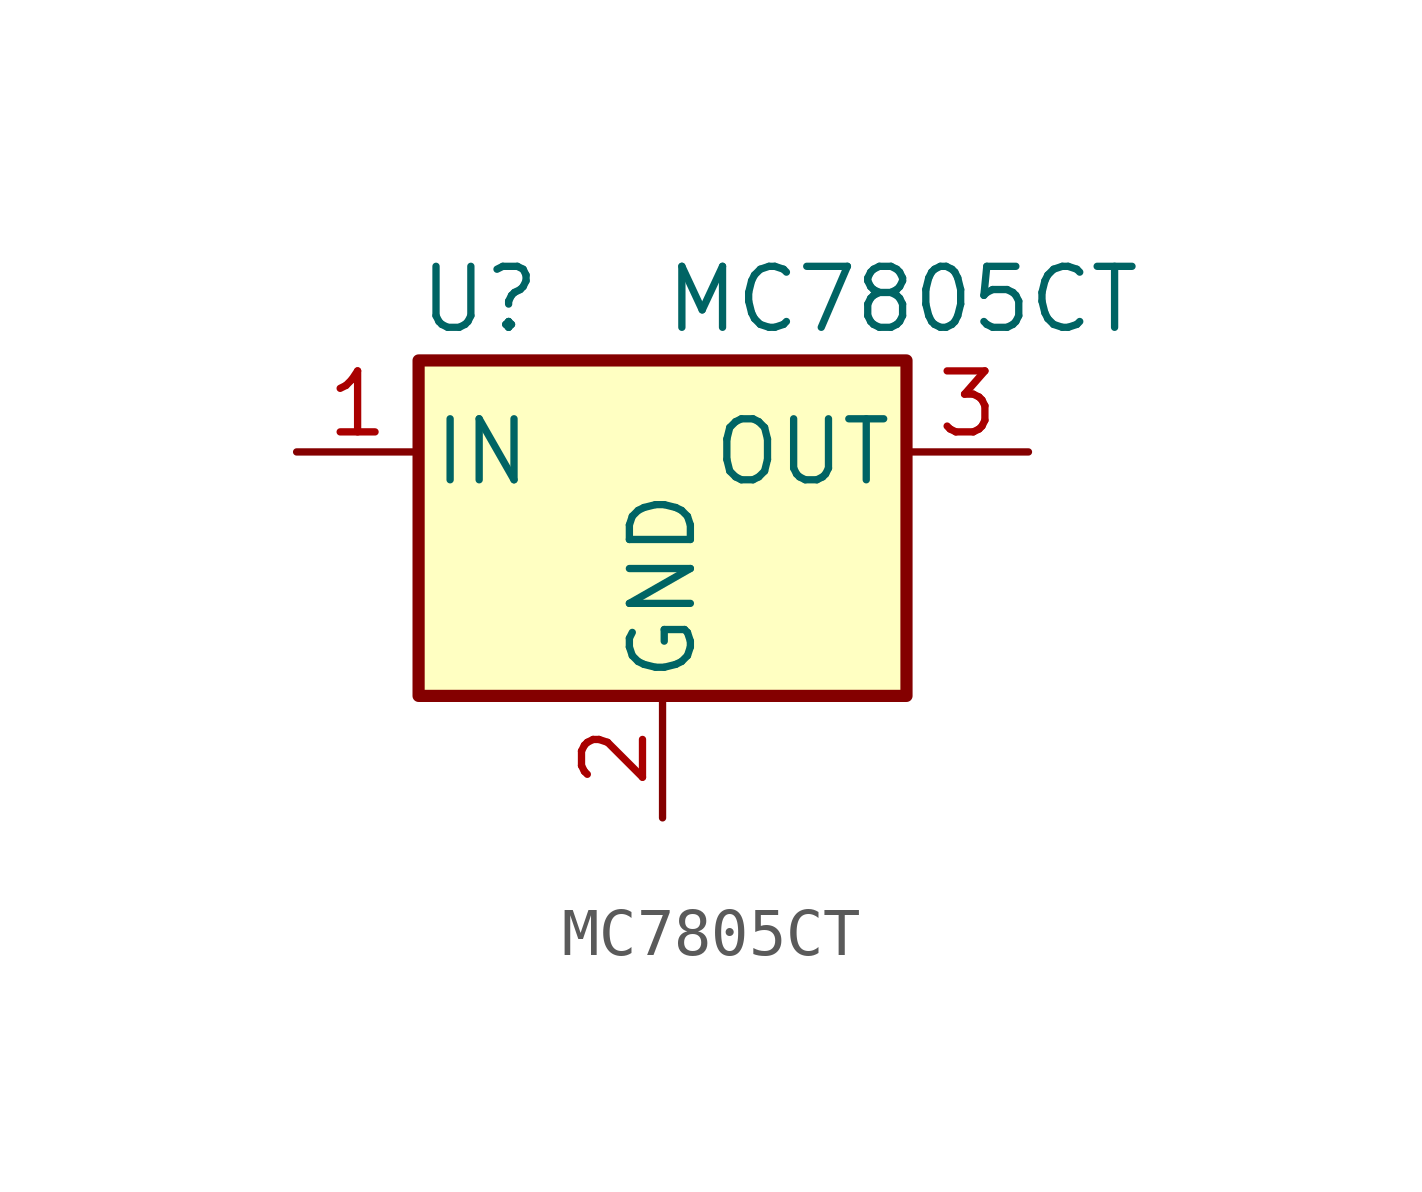
<source format=kicad_sym>
(kicad_symbol_lib
  (version 20220914)
  (generator kicad_symbol_editor)
  (symbol "MC7805CT"
    (pin_names
      (offset 0.254))
    (property "Reference" "U"
      (at -3.81 3.175 0)
      (effects (font (size 1.27 1.27))))
    (property "Value" "MC7805CT"
      (at 0 3.175 0)
      (effects (font (size 1.27 1.27)) (justify left)))
    (symbol "MC7805CT_0_1"
      (rectangle (start -5.08 1.905) (end 5.08 -5.08) (stroke (width 0.254) (type solid)) (fill (type background))))
    (symbol "MC7805CT_1_1"
      (pin power_in line (at -7.62 0 0) (length 2.54) (name "IN" (effects (font (size 1.27 1.27)))) (number "1" (effects (font (size 1.27 1.27)))))
      (pin power_in line (at 0 -7.62 90) (length 2.54) (name "GND" (effects (font (size 1.27 1.27)))) (number "2" (effects (font (size 1.27 1.27)))))
      (pin power_out line (at 7.62 0 180) (length 2.54) (name "OUT" (effects (font (size 1.27 1.27)))) (number "3" (effects (font (size 1.27 1.27))))))))
</source>
